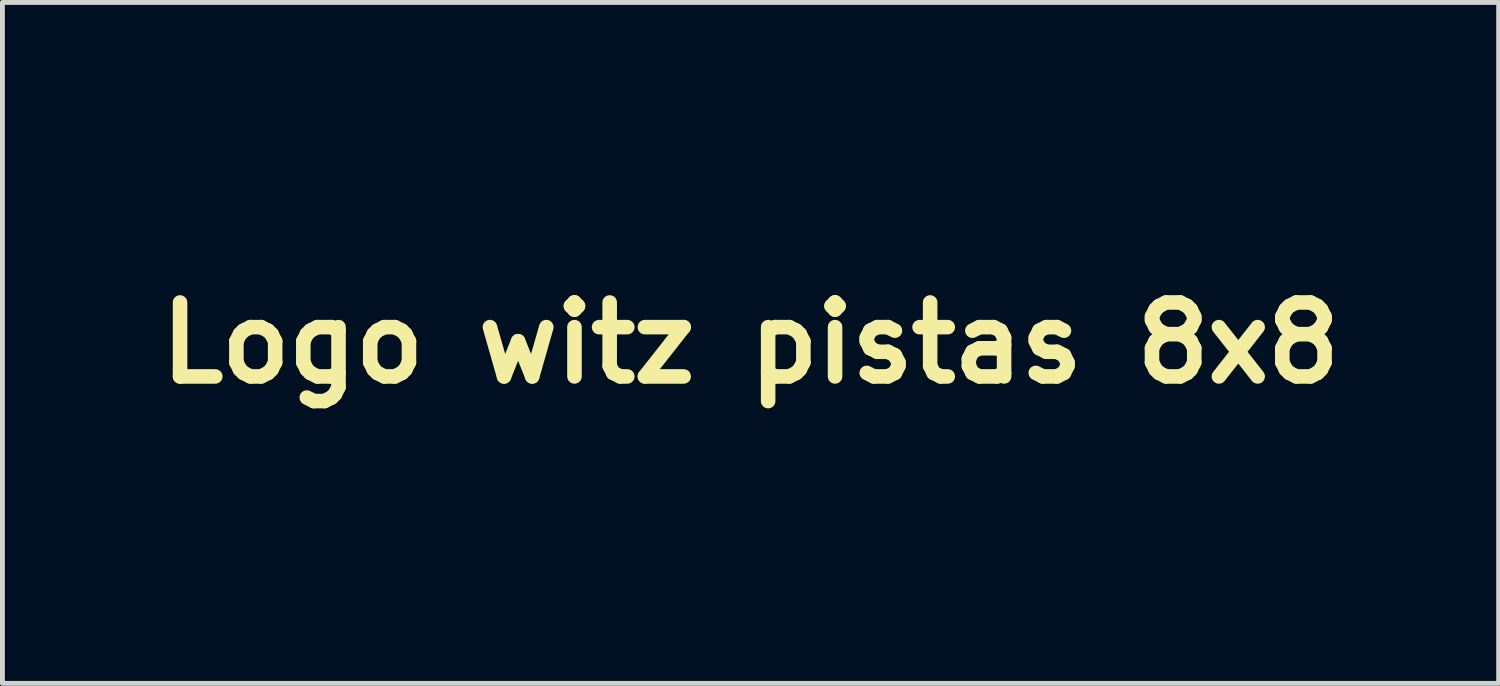
<source format=kicad_pcb>
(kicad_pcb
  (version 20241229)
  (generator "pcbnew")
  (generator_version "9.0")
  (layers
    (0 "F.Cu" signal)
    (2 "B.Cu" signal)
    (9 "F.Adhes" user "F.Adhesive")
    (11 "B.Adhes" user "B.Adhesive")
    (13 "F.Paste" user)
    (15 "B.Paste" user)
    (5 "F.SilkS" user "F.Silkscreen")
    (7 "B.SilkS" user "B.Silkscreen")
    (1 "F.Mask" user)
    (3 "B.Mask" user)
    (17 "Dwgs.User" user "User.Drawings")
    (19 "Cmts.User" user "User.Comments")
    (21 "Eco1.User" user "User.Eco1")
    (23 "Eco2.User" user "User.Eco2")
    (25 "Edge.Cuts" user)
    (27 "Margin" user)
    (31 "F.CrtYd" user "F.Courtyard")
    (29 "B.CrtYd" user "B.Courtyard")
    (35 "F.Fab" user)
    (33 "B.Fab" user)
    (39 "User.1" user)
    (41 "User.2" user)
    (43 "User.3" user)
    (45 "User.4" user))
  (footprint "Logo witz pistas 8x8"
    (layer "F.Cu")
    (at 12.417 4.018)
    (property "Reference" "Logo witz pistas 8x8" (at 0 0 0) (layer "F.SilkS") (effects (font (size 1.524 1.524) (thickness 0.3))))
    (attr through_hole)
    (fp_poly (pts (xy 1.941 -2.69) (xy 2.027 -2.679) (xy 2.105 -2.655) (xy 2.192 -2.615) (xy 2.304 -2.557) (xy 2.385 -2.505) (xy 2.451 -2.443) (xy 2.521 -2.361) (xy 2.53 -2.349) (xy 2.625 -2.187) (xy 2.683 -2.002) (xy 2.702 -1.807) (xy 2.684 -1.611) (xy 2.63 -1.425) (xy 2.538 -1.259) (xy 2.482 -1.19) (xy 2.341 -1.062) (xy 2.191 -0.977) (xy 2.023 -0.931) (xy 1.826 -0.92) (xy 1.785 -0.922) (xy 1.674 -0.929) (xy 1.575 -0.939) (xy 1.503 -0.95) (xy 1.489 -0.953) (xy 1.474 -0.955) (xy 1.456 -0.953) (xy 1.433 -0.944) (xy 1.403 -0.925) (xy 1.362 -0.893) (xy 1.309 -0.847) (xy 1.239 -0.783) (xy 1.152 -0.7) (xy 1.043 -0.594) (xy 0.911 -0.464) (xy 0.751 -0.306) (xy 0.563 -0.118) (xy 0.343 0.101) (xy 0.23 0.215) (xy -0.009 0.454) (xy -0.215 0.66) (xy -0.389 0.836) (xy -0.534 0.983) (xy -0.653 1.105) (xy -0.747 1.205) (xy -0.82 1.284) (xy -0.874 1.345) (xy -0.911 1.391) (xy -0.934 1.424) (xy -0.944 1.448) (xy -0.946 1.463) (xy -0.928 1.516) (xy -0.911 1.539) (xy -0.9 1.57) (xy -0.893 1.639) (xy -0.89 1.732) (xy -0.891 1.835) (xy -0.896 1.936) (xy -0.905 2.02) (xy -0.918 2.075) (xy -0.963 2.184) (xy -0.998 2.257) (xy -1.017 2.286) (xy -1.039 2.313) (xy -1.078 2.366) (xy -1.09 2.384) (xy -1.158 2.456) (xy -1.258 2.533) (xy -1.373 2.603) (xy -1.488 2.656) (xy -1.499 2.66) (xy -1.585 2.678) (xy -1.703 2.687) (xy -1.833 2.687) (xy -1.956 2.678) (xy -2.055 2.66) (xy -2.083 2.651) (xy -2.154 2.623) (xy -2.211 2.602) (xy -2.216 2.6) (xy -2.254 2.579) (xy -2.261 2.567) (xy -2.281 2.543) (xy -2.321 2.521) (xy -2.389 2.471) (xy -2.465 2.388) (xy -2.538 2.286) (xy -2.598 2.177) (xy -2.618 2.13) (xy -2.658 1.963) (xy -2.669 1.793) (xy -2.068 1.793) (xy -2.047 1.908) (xy -1.983 1.998) (xy -1.895 2.056) (xy -1.802 2.09) (xy -1.723 2.086) (xy -1.636 2.042) (xy -1.626 2.035) (xy -1.572 1.982) (xy -1.523 1.91) (xy -1.515 1.897) (xy -1.486 1.79) (xy -1.508 1.688) (xy -1.58 1.592) (xy -1.586 1.586) (xy -1.682 1.528) (xy -1.785 1.511) (xy -1.886 1.532) (xy -1.974 1.585) (xy -2.038 1.667) (xy -2.067 1.772) (xy -2.068 1.793) (xy -2.669 1.793) (xy -2.67 1.778) (xy -2.652 1.597) (xy -2.605 1.437) (xy -2.602 1.429) (xy -2.497 1.252) (xy -2.352 1.105) (xy -2.172 0.992) (xy -2.159 0.986) (xy -2.06 0.944) (xy -1.973 0.92) (xy -1.876 0.91) (xy -1.789 0.908) (xy -1.686 0.911) (xy -1.596 0.92) (xy -1.537 0.933) (xy -1.531 0.936) (xy -1.468 0.96) (xy -1.43 0.965) (xy -1.404 0.947) (xy -1.344 0.896) (xy -1.254 0.813) (xy -1.135 0.7) (xy -0.99 0.561) (xy -0.822 0.397) (xy -0.633 0.211) (xy -0.425 0.005) (xy -0.201 -0.218) (xy -0.193 -0.226) (xy 0.997 -1.417) (xy 0.956 -1.538) (xy 0.93 -1.648) (xy 0.917 -1.772) (xy 1.524 -1.772) (xy 1.557 -1.677) (xy 1.62 -1.591) (xy 1.704 -1.528) (xy 1.799 -1.5) (xy 1.812 -1.499) (xy 1.866 -1.509) (xy 1.936 -1.535) (xy 1.944 -1.539) (xy 2.027 -1.603) (xy 2.08 -1.693) (xy 2.101 -1.796) (xy 2.088 -1.897) (xy 2.037 -1.983) (xy 2.026 -1.993) (xy 1.921 -2.068) (xy 1.818 -2.093) (xy 1.726 -2.073) (xy 1.621 -2.011) (xy 1.554 -1.922) (xy 1.531 -1.866) (xy 1.524 -1.772) (xy 0.917 -1.772) (xy 0.917 -1.776) (xy 0.917 -1.903) (xy 0.931 -2.01) (xy 0.943 -2.05) (xy 1.032 -2.243) (xy 1.129 -2.39) (xy 1.237 -2.499) (xy 1.321 -2.555) (xy 1.38 -2.589) (xy 1.418 -2.613) (xy 1.422 -2.616) (xy 1.476 -2.646) (xy 1.569 -2.67) (xy 1.687 -2.686) (xy 1.819 -2.692) (xy 1.826 -2.692) (xy 1.941 -2.69)) (stroke (width 0.01) (type solid)) (fill yes) (layer "F.Mask"))
    (fp_poly (pts (xy 0.504 -4.013) (xy 0.948 -4.013) (xy 1.346 -4.013) (xy 1.701 -4.013) (xy 2.015 -4.012) (xy 2.291 -4.012) (xy 2.532 -4.011) (xy 2.74 -4.01) (xy 2.918 -4.008) (xy 3.069 -4.007) (xy 3.194 -4.005) (xy 3.297 -4.002) (xy 3.38 -3.999) (xy 3.445 -3.996) (xy 3.496 -3.992) (xy 3.535 -3.987) (xy 3.564 -3.982) (xy 3.586 -3.976) (xy 3.603 -3.97) (xy 3.619 -3.963) (xy 3.62 -3.962) (xy 3.759 -3.871) (xy 3.88 -3.746) (xy 3.961 -3.617) (xy 3.968 -3.6) (xy 3.975 -3.583) (xy 3.981 -3.563) (xy 3.986 -3.536) (xy 3.991 -3.5) (xy 3.995 -3.453) (xy 3.998 -3.392) (xy 4.001 -3.315) (xy 4.004 -3.219) (xy 4.006 -3.101) (xy 4.008 -2.959) (xy 4.009 -2.791) (xy 4.009 -2.593) (xy 4.01 -2.363) (xy 4.01 -2.099) (xy 4.01 -1.798) (xy 4.01 -1.458) (xy 4.009 -1.076) (xy 4.008 -0.649) (xy 4.008 -0.174) (xy 4.007 0.035) (xy 4 3.574) (xy 3.914 3.701) (xy 3.84 3.791) (xy 3.749 3.877) (xy 3.701 3.914) (xy 3.574 4) (xy 0.041 4.007) (xy -0.453 4.008) (xy -0.899 4.009) (xy -1.299 4.009) (xy -1.656 4.01) (xy -1.972 4.01) (xy -2.25 4.01) (xy -2.493 4.009) (xy -2.703 4.009) (xy -2.883 4.008) (xy -3.035 4.006) (xy -3.162 4.004) (xy -3.266 4.002) (xy -3.35 3.999) (xy -3.417 3.996) (xy -3.469 3.992) (xy -3.508 3.988) (xy -3.537 3.983) (xy -3.559 3.977) (xy -3.577 3.971) (xy -3.592 3.964) (xy -3.597 3.961) (xy -3.732 3.872) (xy -3.852 3.751) (xy -3.937 3.62) (xy -3.944 3.605) (xy -3.95 3.588) (xy -3.956 3.566) (xy -3.961 3.538) (xy -3.966 3.5) (xy -3.97 3.451) (xy -3.973 3.386) (xy -3.976 3.305) (xy -3.979 3.204) (xy -3.981 3.081) (xy -3.983 2.933) (xy -3.984 2.758) (xy -3.985 2.553) (xy -3.986 2.315) (xy -3.987 2.042) (xy -3.987 1.731) (xy -3.988 1.381) (xy -3.988 0.987) (xy -3.988 0.548) (xy -3.988 0.061) (xy -3.988 0.004) (xy -3.988 -0.488) (xy -3.988 -0.932) (xy -3.988 -1.33) (xy -3.987 -1.686) (xy -3.987 -1.958) (xy -3.859 -1.958) (xy -3.858 -1.633) (xy -3.858 -1.268) (xy -3.857 -0.859) (xy -3.856 -0.404) (xy -3.855 0.038) (xy -3.848 3.493) (xy -3.773 3.612) (xy -3.676 3.725) (xy -3.548 3.818) (xy -3.442 3.865) (xy -3.41 3.867) (xy -3.331 3.869) (xy -3.209 3.871) (xy -3.047 3.873) (xy -2.85 3.875) (xy -2.62 3.877) (xy -2.361 3.878) (xy -2.077 3.879) (xy -1.771 3.88) (xy -1.447 3.881) (xy -1.108 3.882) (xy -0.759 3.883) (xy -0.401 3.883) (xy -0.04 3.883) (xy 0.321 3.883) (xy 0.679 3.883) (xy 1.03 3.883) (xy 1.371 3.882) (xy 1.698 3.882) (xy 2.008 3.881) (xy 2.296 3.88) (xy 2.56 3.879) (xy 2.796 3.877) (xy 3 3.876) (xy 3.168 3.874) (xy 3.298 3.872) (xy 3.385 3.87) (xy 3.426 3.868) (xy 3.429 3.867) (xy 3.412 3.845) (xy 3.362 3.792) (xy 3.285 3.711) (xy 3.184 3.608) (xy 3.064 3.485) (xy 2.928 3.349) (xy 2.813 3.234) (xy 2.197 2.619) (xy 2.095 2.655) (xy 2.003 2.677) (xy 1.888 2.688) (xy 1.762 2.688) (xy 1.638 2.68) (xy 1.531 2.662) (xy 1.452 2.637) (xy 1.422 2.617) (xy 1.393 2.597) (xy 1.339 2.567) (xy 1.337 2.566) (xy 1.238 2.497) (xy 1.139 2.398) (xy 1.056 2.287) (xy 1.024 2.231) (xy 0.972 2.117) (xy 0.939 2.03) (xy 0.922 1.952) (xy 0.915 1.865) (xy 0.914 1.802) (xy 0.915 1.796) (xy 1.523 1.796) (xy 1.532 1.871) (xy 1.587 1.977) (xy 1.671 2.049) (xy 1.773 2.082) (xy 1.883 2.074) (xy 1.99 2.024) (xy 2.026 1.994) (xy 2.083 1.91) (xy 2.101 1.81) (xy 2.085 1.706) (xy 2.035 1.613) (xy 1.956 1.545) (xy 1.944 1.539) (xy 1.856 1.506) (xy 1.782 1.504) (xy 1.697 1.535) (xy 1.688 1.539) (xy 1.605 1.602) (xy 1.548 1.694) (xy 1.523 1.796) (xy 0.915 1.796) (xy 0.938 1.591) (xy 1.008 1.397) (xy 1.119 1.226) (xy 1.267 1.084) (xy 1.45 0.976) (xy 1.537 0.941) (xy 1.614 0.924) (xy 1.719 0.912) (xy 1.83 0.908) (xy 1.831 0.908) (xy 2.035 0.933) (xy 2.225 1.001) (xy 2.392 1.107) (xy 2.529 1.246) (xy 2.616 1.39) (xy 2.672 1.541) (xy 2.698 1.699) (xy 2.695 1.877) (xy 2.664 2.084) (xy 2.653 2.134) (xy 2.653 2.154) (xy 2.662 2.181) (xy 2.685 2.217) (xy 2.725 2.266) (xy 2.785 2.333) (xy 2.868 2.42) (xy 2.977 2.533) (xy 3.117 2.674) (xy 3.263 2.819) (xy 3.886 3.441) (xy 3.886 0.015) (xy 3.886 -0.513) (xy 3.886 -0.993) (xy 3.885 -1.425) (xy 3.884 -1.811) (xy 3.883 -2.153) (xy 3.881 -2.453) (xy 3.879 -2.711) (xy 3.877 -2.931) (xy 3.874 -3.112) (xy 3.871 -3.258) (xy 3.868 -3.369) (xy 3.864 -3.447) (xy 3.86 -3.494) (xy 3.857 -3.508) (xy 3.799 -3.625) (xy 3.704 -3.733) (xy 3.585 -3.818) (xy 3.553 -3.835) (xy 3.526 -3.846) (xy 3.497 -3.855) (xy 3.462 -3.863) (xy 3.414 -3.869) (xy 3.351 -3.874) (xy 3.268 -3.878) (xy 3.161 -3.881) (xy 3.024 -3.883) (xy 2.855 -3.884) (xy 2.647 -3.885) (xy 2.398 -3.885) (xy 2.103 -3.886) (xy 2.095 -3.886) (xy 0.748 -3.886) (xy -0.107 -3.03) (xy -0.962 -2.175) (xy -0.925 -2.087) (xy -0.905 -2.01) (xy -0.893 -1.899) (xy -0.889 -1.788) (xy -0.892 -1.665) (xy -0.905 -1.571) (xy -0.931 -1.487) (xy -0.952 -1.438) (xy -0.998 -1.355) (xy -1.059 -1.265) (xy -1.128 -1.178) (xy -1.195 -1.105) (xy -1.252 -1.056) (xy -1.286 -1.041) (xy -1.318 -1.027) (xy -1.321 -1.017) (xy -1.343 -0.997) (xy -1.398 -0.979) (xy -1.41 -0.976) (xy -1.473 -0.959) (xy -1.511 -0.94) (xy -1.513 -0.937) (xy -1.547 -0.923) (xy -1.619 -0.915) (xy -1.717 -0.913) (xy -1.828 -0.917) (xy -1.939 -0.926) (xy -2.04 -0.94) (xy -2.116 -0.958) (xy -2.117 -0.959) (xy -2.245 -1.023) (xy -2.372 -1.123) (xy -2.488 -1.245) (xy -2.577 -1.377) (xy -2.613 -1.455) (xy -2.654 -1.622) (xy -2.668 -1.807) (xy -2.665 -1.841) (xy -2.067 -1.841) (xy -2.064 -1.747) (xy -2.022 -1.653) (xy -1.95 -1.573) (xy -1.903 -1.543) (xy -1.829 -1.51) (xy -1.774 -1.501) (xy -1.712 -1.516) (xy -1.685 -1.526) (xy -1.591 -1.581) (xy -1.524 -1.67) (xy -1.503 -1.716) (xy -1.488 -1.813) (xy -1.516 -1.911) (xy -1.58 -1.999) (xy -1.674 -2.066) (xy -1.718 -2.084) (xy -1.781 -2.098) (xy -1.837 -2.088) (xy -1.9 -2.057) (xy -1.987 -1.998) (xy -2.038 -1.931) (xy -2.067 -1.841) (xy -2.665 -1.841) (xy -2.653 -1.99) (xy -2.618 -2.13) (xy -2.568 -2.236) (xy -2.5 -2.343) (xy -2.424 -2.438) (xy -2.351 -2.505) (xy -2.329 -2.518) (xy -2.281 -2.547) (xy -2.261 -2.564) (xy -2.202 -2.608) (xy -2.105 -2.644) (xy -1.983 -2.671) (xy -1.849 -2.687) (xy -1.715 -2.691) (xy -1.593 -2.682) (xy -1.501 -2.658) (xy -1.404 -2.619) (xy -0.769 -3.253) (xy -0.135 -3.886) (xy -1.771 -3.886) (xy -2.1 -3.886) (xy -2.382 -3.886) (xy -2.621 -3.885) (xy -2.822 -3.884) (xy -2.987 -3.883) (xy -3.12 -3.881) (xy -3.227 -3.878) (xy -3.31 -3.874) (xy -3.373 -3.87) (xy -3.421 -3.864) (xy -3.456 -3.857) (xy -3.484 -3.849) (xy -3.508 -3.84) (xy -3.515 -3.837) (xy -3.603 -3.786) (xy -3.687 -3.721) (xy -3.704 -3.705) (xy -3.726 -3.684) (xy -3.746 -3.665) (xy -3.764 -3.646) (xy -3.779 -3.625) (xy -3.794 -3.599) (xy -3.806 -3.565) (xy -3.817 -3.521) (xy -3.826 -3.464) (xy -3.834 -3.392) (xy -3.841 -3.302) (xy -3.846 -3.191) (xy -3.85 -3.058) (xy -3.853 -2.899) (xy -3.856 -2.713) (xy -3.857 -2.495) (xy -3.858 -2.244) (xy -3.859 -1.958) (xy -3.987 -1.958) (xy -3.987 -2) (xy -3.986 -2.277) (xy -3.986 -2.519) (xy -3.984 -2.728) (xy -3.983 -2.906) (xy -3.981 -3.057) (xy -3.979 -3.183) (xy -3.977 -3.286) (xy -3.974 -3.37) (xy -3.97 -3.436) (xy -3.966 -3.487) (xy -3.962 -3.526) (xy -3.957 -3.556) (xy -3.951 -3.579) (xy -3.945 -3.597) (xy -3.937 -3.613) (xy -3.935 -3.617) (xy -3.846 -3.757) (xy -3.723 -3.88) (xy -3.595 -3.962) (xy -3.579 -3.969) (xy -3.562 -3.976) (xy -3.541 -3.981) (xy -3.512 -3.987) (xy -3.475 -3.991) (xy -3.425 -3.995) (xy -3.361 -3.999) (xy -3.279 -4.002) (xy -3.178 -4.004) (xy -3.055 -4.006) (xy -2.907 -4.008) (xy -2.731 -4.01) (xy -2.526 -4.011) (xy -2.288 -4.012) (xy -2.015 -4.012) (xy -1.704 -4.013) (xy -1.353 -4.013) (xy -0.959 -4.013) (xy -0.519 -4.013) (xy -0.032 -4.013) (xy 0.013 -4.013) (xy 0.504 -4.013)) (stroke (width 0.01) (type solid)) (fill yes) (layer "F.Mask")))
  (gr_rect
    (start -3 -3)
    (end 27.834 11.033)
    (stroke (width 0.1) (type default))
    (fill no)
    (layer "Edge.Cuts")))
</source>
